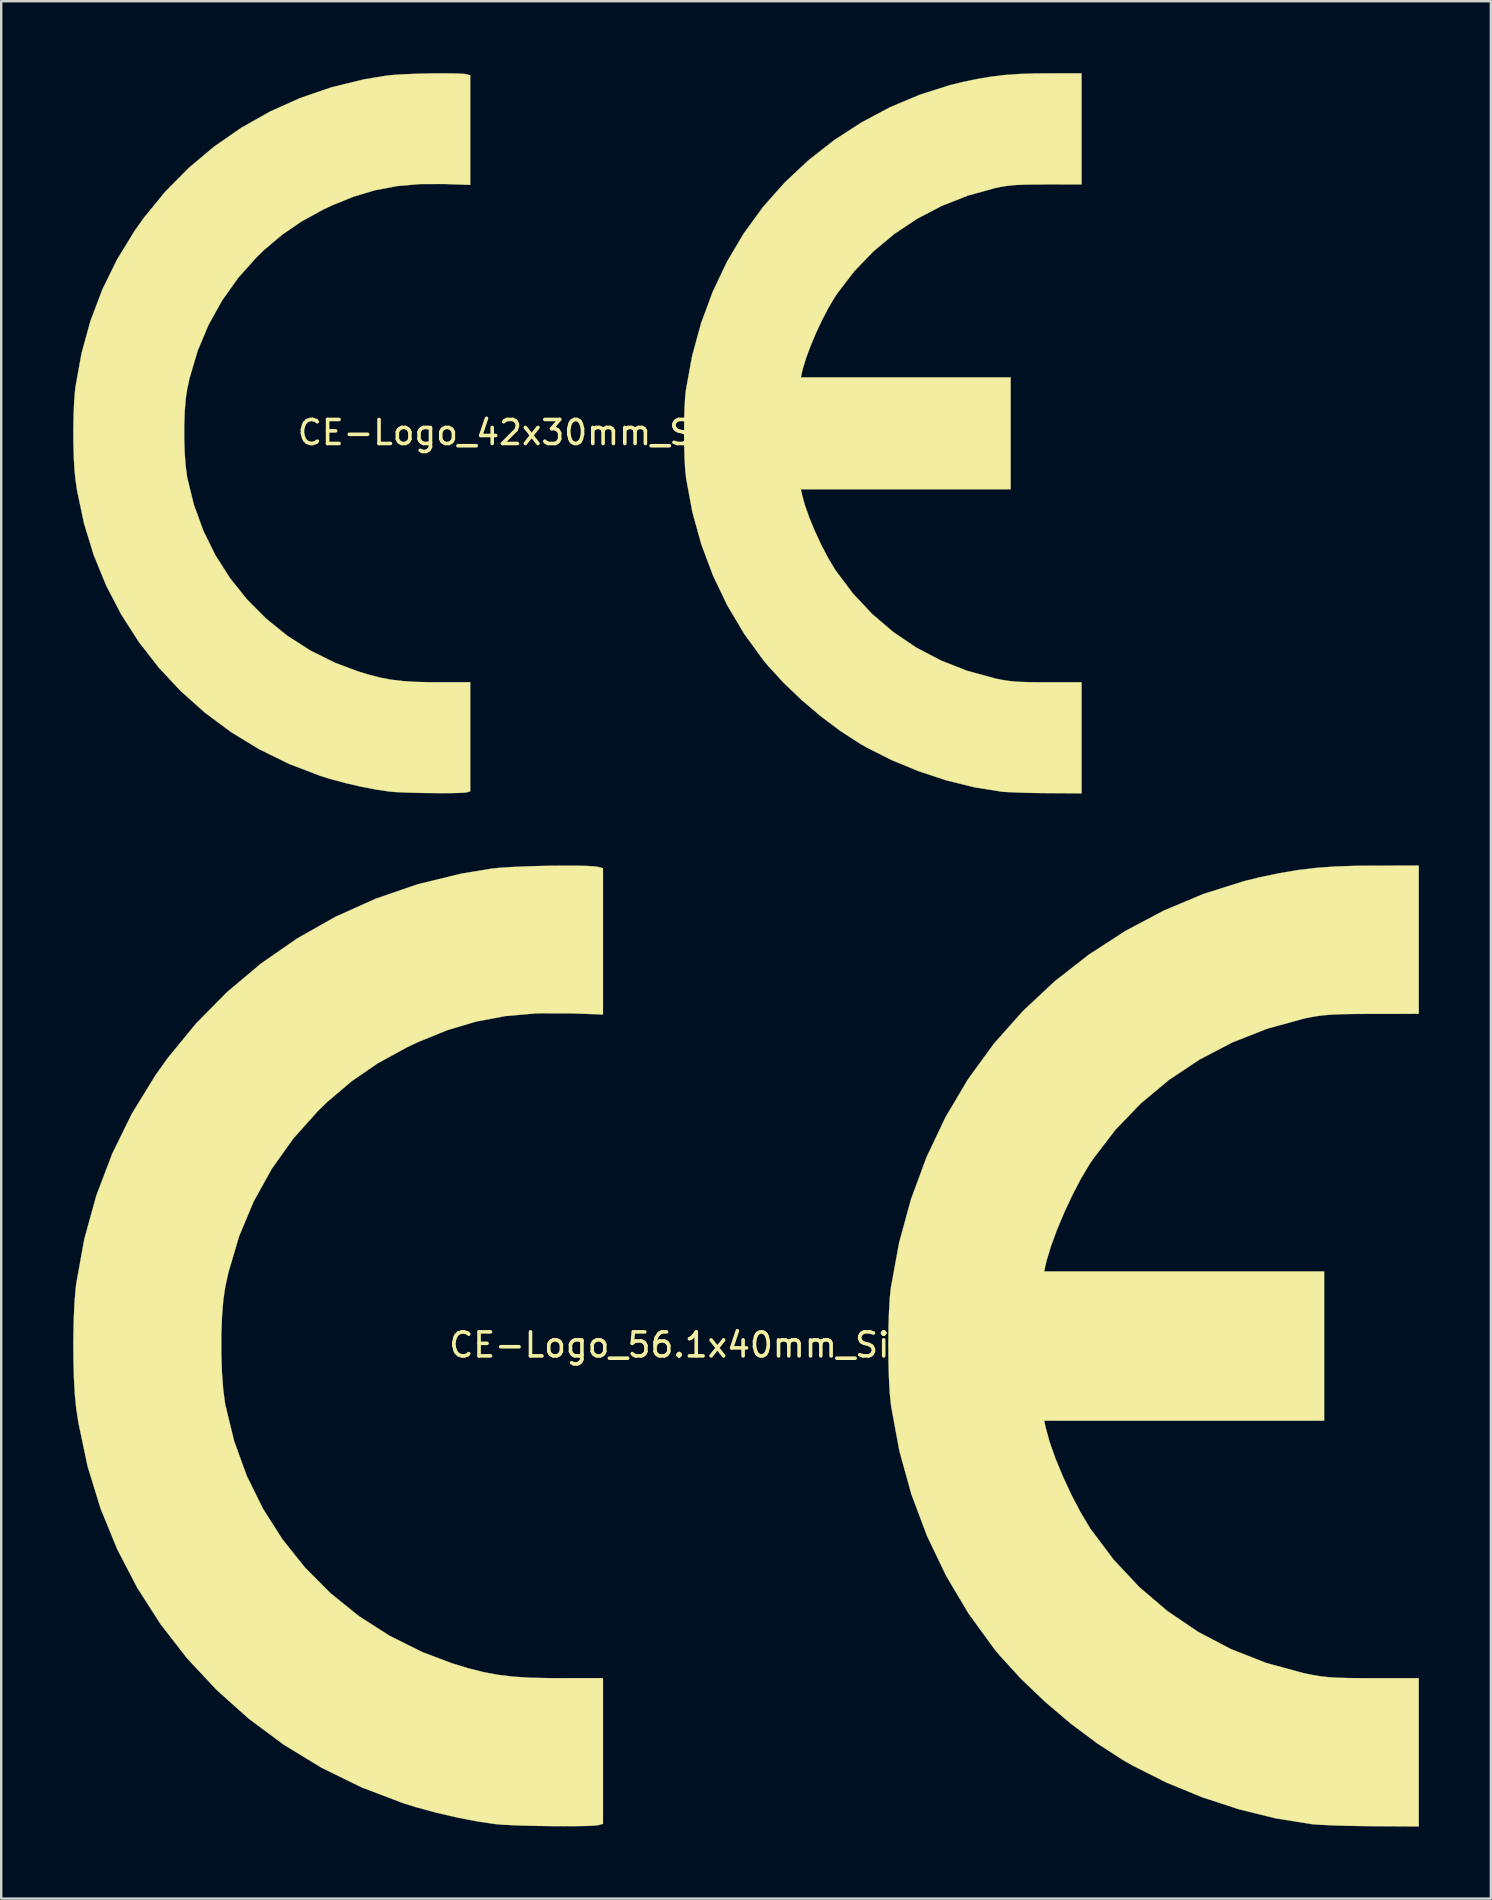
<source format=kicad_pcb>
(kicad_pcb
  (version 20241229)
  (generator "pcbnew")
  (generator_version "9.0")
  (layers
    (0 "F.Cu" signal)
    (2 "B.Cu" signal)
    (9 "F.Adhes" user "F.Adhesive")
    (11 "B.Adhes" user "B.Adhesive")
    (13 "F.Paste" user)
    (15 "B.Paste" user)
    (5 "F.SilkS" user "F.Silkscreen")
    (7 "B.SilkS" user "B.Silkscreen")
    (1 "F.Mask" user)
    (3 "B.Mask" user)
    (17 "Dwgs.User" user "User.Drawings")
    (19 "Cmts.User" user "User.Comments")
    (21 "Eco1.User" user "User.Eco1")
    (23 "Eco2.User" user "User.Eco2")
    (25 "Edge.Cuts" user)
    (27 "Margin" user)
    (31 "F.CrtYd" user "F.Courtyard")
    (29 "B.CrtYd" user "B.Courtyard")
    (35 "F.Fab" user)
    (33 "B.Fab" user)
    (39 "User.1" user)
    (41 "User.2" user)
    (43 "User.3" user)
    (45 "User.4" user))
  (footprint "CE-Logo_42x30mm_SilkScreen"
    (layer "F.Cu")
    (at 21.002 14.969)
    (property "Reference" "CE-Logo_42x30mm_SilkScreen" (at 0 0 0) (layer "F.SilkS") (effects (font (size 1 1) (thickness 0.15))))
    (attr exclude_from_pos_files exclude_from_bom)
    (fp_poly (pts (xy -5.263 -14.962) (xy -4.943 -14.953) (xy -4.712 -14.939) (xy -4.611 -14.923) (xy -4.463 -14.883) (xy -4.463 -10.317) (xy -5.503 -10.353) (xy -6.544 -10.352) (xy -7.507 -10.268) (xy -8.422 -10.096) (xy -9.318 -9.829) (xy -10.224 -9.462) (xy -10.6 -9.283) (xy -11.495 -8.791) (xy -12.302 -8.239) (xy -13.058 -7.599) (xy -13.353 -7.314) (xy -14.13 -6.445) (xy -14.802 -5.499) (xy -15.366 -4.483) (xy -15.819 -3.402) (xy -16.156 -2.264) (xy -16.256 -1.805) (xy -16.317 -1.388) (xy -16.357 -0.877) (xy -16.377 -0.308) (xy -16.377 0.284) (xy -16.358 0.862) (xy -16.318 1.392) (xy -16.259 1.837) (xy -16.253 1.871) (xy -15.976 3.005) (xy -15.582 4.088) (xy -15.078 5.111) (xy -14.469 6.067) (xy -13.764 6.949) (xy -12.967 7.75) (xy -12.085 8.462) (xy -11.125 9.079) (xy -10.092 9.592) (xy -9.182 9.935) (xy -8.67 10.092) (xy -8.2 10.211) (xy -7.74 10.297) (xy -7.258 10.354) (xy -6.721 10.387) (xy -6.099 10.401) (xy -5.825 10.401) (xy -4.463 10.4) (xy -4.463 14.949) (xy -4.611 14.989) (xy -4.737 15.003) (xy -4.97 15.014) (xy -5.286 15.02) (xy -5.661 15.021) (xy -6.072 15.019) (xy -6.493 15.013) (xy -6.901 15.004) (xy -7.273 14.991) (xy -7.583 14.976) (xy -7.808 14.957) (xy -7.81 14.957) (xy -8.371 14.875) (xy -9.004 14.753) (xy -9.661 14.601) (xy -10.294 14.431) (xy -10.697 14.306) (xy -12.009 13.805) (xy -13.253 13.194) (xy -14.423 12.481) (xy -15.515 11.671) (xy -16.524 10.77) (xy -17.445 9.784) (xy -18.272 8.718) (xy -19.002 7.579) (xy -19.629 6.373) (xy -20.147 5.105) (xy -20.553 3.782) (xy -20.842 2.41) (xy -20.907 1.969) (xy -20.949 1.548) (xy -20.978 1.033) (xy -20.994 0.456) (xy -20.997 -0.144) (xy -20.986 -0.735) (xy -20.963 -1.28) (xy -20.926 -1.744) (xy -20.907 -1.903) (xy -20.655 -3.306) (xy -20.281 -4.661) (xy -19.786 -5.965) (xy -19.172 -7.215) (xy -18.44 -8.409) (xy -18.049 -8.959) (xy -17.165 -10.038) (xy -16.192 -11.022) (xy -15.139 -11.908) (xy -14.011 -12.69) (xy -12.815 -13.366) (xy -11.559 -13.931) (xy -10.248 -14.382) (xy -8.89 -14.714) (xy -7.944 -14.87) (xy -7.683 -14.896) (xy -7.342 -14.919) (xy -6.943 -14.937) (xy -6.511 -14.951) (xy -6.071 -14.96) (xy -5.647 -14.964) (xy -5.263 -14.962)) (stroke (width 0.01) (type solid)) (fill yes) (layer "F.SilkS"))
    (fp_poly (pts (xy 21.003 -12.651) (xy 21.003 -10.337) (xy 19.542 -10.336) (xy 19.036 -10.334) (xy 18.636 -10.327) (xy 18.316 -10.315) (xy 18.051 -10.295) (xy 17.816 -10.265) (xy 17.584 -10.224) (xy 17.416 -10.188) (xy 16.276 -9.874) (xy 15.188 -9.446) (xy 14.16 -8.91) (xy 13.203 -8.273) (xy 12.324 -7.539) (xy 11.532 -6.715) (xy 10.836 -5.808) (xy 10.714 -5.624) (xy 10.457 -5.192) (xy 10.195 -4.689) (xy 9.942 -4.148) (xy 9.713 -3.603) (xy 9.522 -3.088) (xy 9.386 -2.637) (xy 9.356 -2.51) (xy 9.309 -2.297) (xy 18.049 -2.297) (xy 18.049 2.363) (xy 9.309 2.363) (xy 9.356 2.576) (xy 9.48 3.029) (xy 9.666 3.555) (xy 9.899 4.117) (xy 10.162 4.683) (xy 10.441 5.217) (xy 10.721 5.685) (xy 10.768 5.757) (xy 11.481 6.707) (xy 12.281 7.559) (xy 13.162 8.311) (xy 14.12 8.959) (xy 15.15 9.499) (xy 16.247 9.928) (xy 17.405 10.244) (xy 17.434 10.25) (xy 17.694 10.303) (xy 17.935 10.342) (xy 18.181 10.369) (xy 18.46 10.387) (xy 18.799 10.398) (xy 19.224 10.402) (xy 19.575 10.403) (xy 21.003 10.403) (xy 21.003 15.03) (xy 19.575 15.021) (xy 19.119 15.016) (xy 18.674 15.007) (xy 18.268 14.993) (xy 17.931 14.978) (xy 17.69 14.961) (xy 17.655 14.957) (xy 16.537 14.778) (xy 15.387 14.494) (xy 14.236 14.116) (xy 13.116 13.656) (xy 12.058 13.123) (xy 11.781 12.964) (xy 10.97 12.441) (xy 10.147 11.825) (xy 9.344 11.145) (xy 8.595 10.428) (xy 7.931 9.703) (xy 7.749 9.484) (xy 6.949 8.385) (xy 6.248 7.206) (xy 5.651 5.959) (xy 5.163 4.656) (xy 4.79 3.31) (xy 4.535 1.931) (xy 4.523 1.838) (xy 4.488 1.482) (xy 4.464 1.032) (xy 4.449 0.521) (xy 4.445 -0.02) (xy 4.45 -0.556) (xy 4.466 -1.055) (xy 4.492 -1.485) (xy 4.522 -1.772) (xy 4.779 -3.186) (xy 5.153 -4.553) (xy 5.638 -5.865) (xy 6.232 -7.115) (xy 6.931 -8.294) (xy 7.732 -9.395) (xy 7.749 -9.416) (xy 8.644 -10.423) (xy 9.632 -11.348) (xy 10.701 -12.184) (xy 11.84 -12.922) (xy 13.036 -13.557) (xy 14.276 -14.078) (xy 15.55 -14.481) (xy 16.048 -14.602) (xy 16.662 -14.73) (xy 17.234 -14.826) (xy 17.799 -14.894) (xy 18.393 -14.937) (xy 19.055 -14.958) (xy 19.608 -14.963) (xy 21.003 -14.964) (xy 21.003 -12.651)) (stroke (width 0.01) (type solid)) (fill yes) (layer "F.SilkS")))
  (footprint "CE-Logo_56.1x40mm_SilkScreen"
    (layer "F.Cu")
    (at 28.025 52.979)
    (property "Reference" "CE-Logo_56.1x40mm_SilkScreen" (at 0 0 0) (layer "F.SilkS") (effects (font (size 1 1) (thickness 0.15))))
    (attr exclude_from_pos_files exclude_from_bom)
    (fp_poly (pts (xy -7.023 -19.966) (xy -6.596 -19.955) (xy -6.288 -19.935) (xy -6.153 -19.914) (xy -5.956 -19.862) (xy -5.956 -13.768) (xy -7.343 -13.816) (xy -8.732 -13.814) (xy -10.018 -13.702) (xy -11.239 -13.473) (xy -12.435 -13.117) (xy -13.644 -12.626) (xy -14.145 -12.388) (xy -15.341 -11.732) (xy -16.417 -10.995) (xy -17.426 -10.14) (xy -17.819 -9.761) (xy -18.856 -8.601) (xy -19.753 -7.339) (xy -20.506 -5.982) (xy -21.11 -4.541) (xy -21.56 -3.021) (xy -21.694 -2.409) (xy -21.774 -1.852) (xy -21.828 -1.17) (xy -21.855 -0.411) (xy -21.855 0.379) (xy -21.829 1.151) (xy -21.776 1.858) (xy -21.697 2.451) (xy -21.689 2.496) (xy -21.319 4.011) (xy -20.794 5.455) (xy -20.121 6.82) (xy -19.309 8.097) (xy -18.367 9.274) (xy -17.304 10.343) (xy -16.127 11.293) (xy -14.846 12.115) (xy -13.468 12.8) (xy -12.253 13.258) (xy -11.57 13.467) (xy -10.943 13.626) (xy -10.329 13.741) (xy -9.685 13.817) (xy -8.969 13.862) (xy -8.138 13.879) (xy -7.773 13.88) (xy -5.956 13.878) (xy -5.956 19.949) (xy -6.153 20.002) (xy -6.321 20.022) (xy -6.632 20.036) (xy -7.054 20.043) (xy -7.555 20.046) (xy -8.103 20.043) (xy -8.665 20.035) (xy -9.21 20.022) (xy -9.705 20.005) (xy -10.119 19.985) (xy -10.419 19.96) (xy -10.423 19.96) (xy -11.171 19.851) (xy -12.016 19.688) (xy -12.893 19.485) (xy -13.737 19.257) (xy -14.274 19.091) (xy -16.026 18.422) (xy -17.686 17.608) (xy -19.248 16.656) (xy -20.705 15.575) (xy -22.051 14.372) (xy -23.28 13.056) (xy -24.384 11.634) (xy -25.358 10.114) (xy -26.194 8.505) (xy -26.886 6.813) (xy -27.428 5.048) (xy -27.813 3.216) (xy -27.901 2.628) (xy -27.957 2.066) (xy -27.995 1.378) (xy -28.016 0.609) (xy -28.02 -0.193) (xy -28.006 -0.981) (xy -27.975 -1.708) (xy -27.926 -2.327) (xy -27.901 -2.54) (xy -27.564 -4.411) (xy -27.064 -6.219) (xy -26.404 -7.96) (xy -25.585 -9.629) (xy -24.608 -11.222) (xy -24.086 -11.956) (xy -22.906 -13.395) (xy -21.608 -14.709) (xy -20.202 -15.89) (xy -18.697 -16.935) (xy -17.102 -17.837) (xy -15.425 -18.591) (xy -13.676 -19.192) (xy -11.864 -19.635) (xy -10.601 -19.843) (xy -10.253 -19.879) (xy -9.797 -19.909) (xy -9.265 -19.933) (xy -8.689 -19.952) (xy -8.102 -19.964) (xy -7.536 -19.969) (xy -7.023 -19.966)) (stroke (width 0.01) (type solid)) (fill yes) (layer "F.SilkS"))
    (fp_poly (pts (xy 28.028 -16.882) (xy 28.028 -13.795) (xy 26.079 -13.793) (xy 25.404 -13.79) (xy 24.87 -13.782) (xy 24.443 -13.765) (xy 24.089 -13.738) (xy 23.775 -13.698) (xy 23.466 -13.643) (xy 23.241 -13.596) (xy 21.719 -13.177) (xy 20.267 -12.606) (xy 18.897 -11.891) (xy 17.619 -11.04) (xy 16.446 -10.061) (xy 15.389 -8.962) (xy 14.461 -7.75) (xy 14.298 -7.505) (xy 13.955 -6.929) (xy 13.605 -6.258) (xy 13.267 -5.536) (xy 12.961 -4.809) (xy 12.708 -4.121) (xy 12.526 -3.52) (xy 12.485 -3.35) (xy 12.423 -3.066) (xy 24.086 -3.066) (xy 24.086 3.153) (xy 12.423 3.153) (xy 12.485 3.438) (xy 12.651 4.043) (xy 12.899 4.744) (xy 13.21 5.494) (xy 13.561 6.249) (xy 13.934 6.962) (xy 14.307 7.587) (xy 14.369 7.682) (xy 15.321 8.95) (xy 16.388 10.087) (xy 17.565 11.091) (xy 18.843 11.955) (xy 20.218 12.676) (xy 21.681 13.249) (xy 23.227 13.67) (xy 23.265 13.678) (xy 23.613 13.749) (xy 23.934 13.801) (xy 24.262 13.838) (xy 24.635 13.862) (xy 25.087 13.875) (xy 25.654 13.881) (xy 26.123 13.882) (xy 28.028 13.882) (xy 28.028 20.057) (xy 26.123 20.046) (xy 25.514 20.039) (xy 24.92 20.026) (xy 24.378 20.009) (xy 23.928 19.988) (xy 23.607 19.965) (xy 23.561 19.96) (xy 22.068 19.72) (xy 20.533 19.342) (xy 18.998 18.838) (xy 17.503 18.223) (xy 16.092 17.512) (xy 15.722 17.301) (xy 14.639 16.602) (xy 13.541 15.781) (xy 12.47 14.873) (xy 11.469 13.917) (xy 10.583 12.949) (xy 10.341 12.656) (xy 9.273 11.189) (xy 8.338 9.616) (xy 7.541 7.952) (xy 6.89 6.214) (xy 6.392 4.417) (xy 6.052 2.576) (xy 6.035 2.452) (xy 5.989 1.978) (xy 5.957 1.377) (xy 5.937 0.695) (xy 5.931 -0.026) (xy 5.939 -0.742) (xy 5.96 -1.408) (xy 5.994 -1.981) (xy 6.034 -2.365) (xy 6.378 -4.251) (xy 6.876 -6.075) (xy 7.524 -7.827) (xy 8.316 -9.495) (xy 9.25 -11.069) (xy 10.319 -12.537) (xy 10.341 -12.566) (xy 11.535 -13.909) (xy 12.854 -15.144) (xy 14.281 -16.259) (xy 15.8 -17.245) (xy 17.396 -18.091) (xy 19.052 -18.787) (xy 20.751 -19.324) (xy 21.415 -19.486) (xy 22.236 -19.657) (xy 22.998 -19.785) (xy 23.752 -19.875) (xy 24.545 -19.933) (xy 25.428 -19.962) (xy 26.166 -19.968) (xy 28.028 -19.97) (xy 28.028 -16.882)) (stroke (width 0.01) (type solid)) (fill yes) (layer "F.SilkS")))
  (gr_rect
    (start -3 -3)
    (end 59.057 76.041)
    (stroke (width 0.1) (type default))
    (fill no)
    (layer "Edge.Cuts")))
</source>
